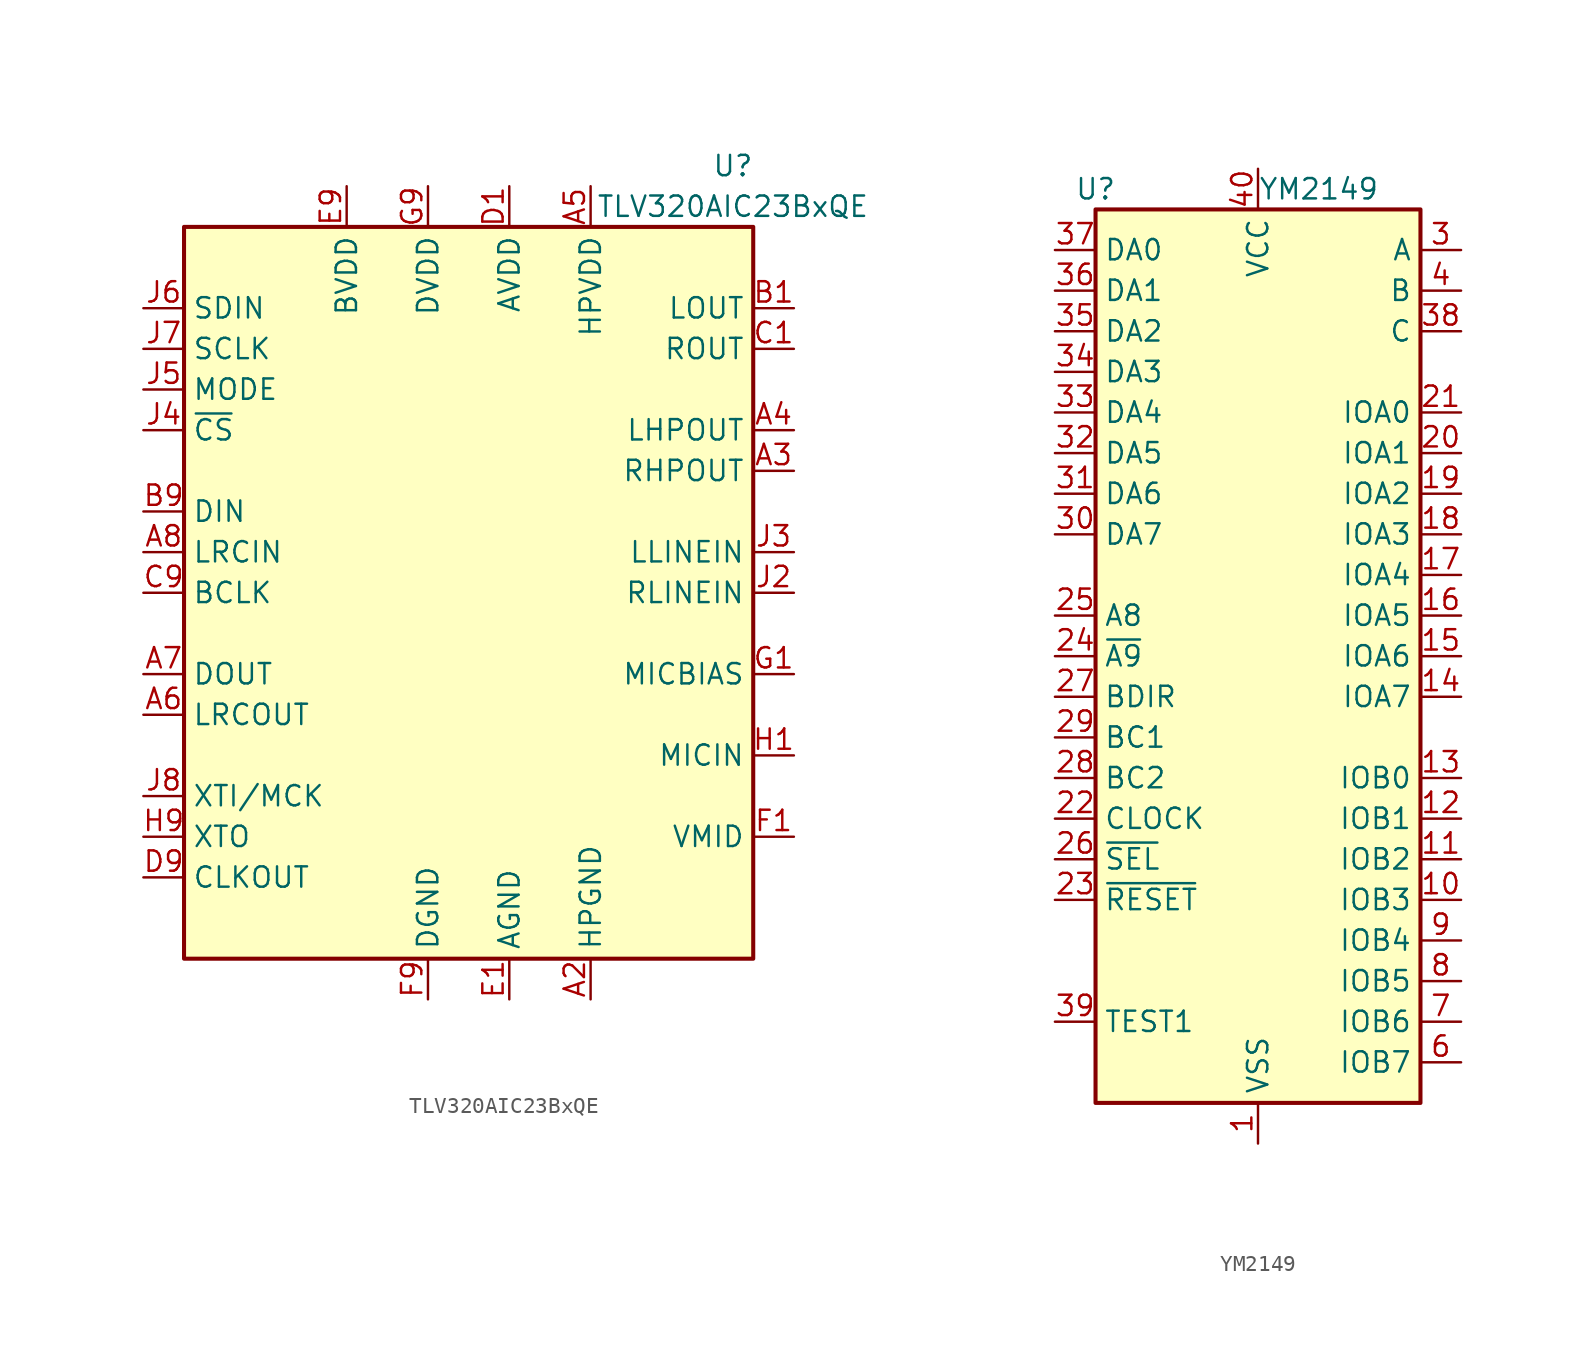
<source format=kicad_sym>
(kicad_symbol_lib
  (version 20200908)
  (generator kicad_symbol_editor)
  (symbol "Audio:TLV320AIC23BxQE"
    (property "Reference" "U"
      (at 16.51 26.67 0)
      (effects (font (size 1.27 1.27))))
    (property "Value" "TLV320AIC23BxQE"
      (at 16.51 24.13 0)
      (effects (font (size 1.27 1.27))))
    (symbol "TLV320AIC23BxQE_0_1"
      (rectangle (start -17.78 22.86) (end 17.78 -22.86) (stroke (width 0.254)) (fill (type background))))
    (symbol "TLV320AIC23BxQE_1_1"
      (pin unconnected line (at -12.7 -22.86 90) (length 2.54) hide (name "NC" (effects (font (size 1.27 1.27)))) (number "A1" (effects (font (size 1.27 1.27)))))
      (pin power_in line (at 7.62 -25.4 90) (length 2.54) (name "HPGND" (effects (font (size 1.27 1.27)))) (number "A2" (effects (font (size 1.27 1.27)))))
      (pin passive line (at 20.32 7.62 180) (length 2.54) (name "RHPOUT" (effects (font (size 1.27 1.27)))) (number "A3" (effects (font (size 1.27 1.27)))))
      (pin passive line (at 20.32 10.16 180) (length 2.54) (name "LHPOUT" (effects (font (size 1.27 1.27)))) (number "A4" (effects (font (size 1.27 1.27)))))
      (pin power_in line (at 7.62 25.4 270) (length 2.54) (name "HPVDD" (effects (font (size 1.27 1.27)))) (number "A5" (effects (font (size 1.27 1.27)))))
      (pin output line (at -20.32 -7.62 0) (length 2.54) (name "LRCOUT" (effects (font (size 1.27 1.27)))) (number "A6" (effects (font (size 1.27 1.27)))))
      (pin output line (at -20.32 -5.08 0) (length 2.54) (name "DOUT" (effects (font (size 1.27 1.27)))) (number "A7" (effects (font (size 1.27 1.27)))))
      (pin input line (at -20.32 2.54 0) (length 2.54) (name "LRCIN" (effects (font (size 1.27 1.27)))) (number "A8" (effects (font (size 1.27 1.27)))))
      (pin unconnected line (at -5.08 -22.86 90) (length 2.54) hide (name "NC" (effects (font (size 1.27 1.27)))) (number "A9" (effects (font (size 1.27 1.27)))))
      (pin passive line (at 20.32 17.78 180) (length 2.54) (name "LOUT" (effects (font (size 1.27 1.27)))) (number "B1" (effects (font (size 1.27 1.27)))))
      (pin unconnected line (at -7.62 -17.78 90) (length 2.54) hide (name "NC" (effects (font (size 1.27 1.27)))) (number "B2" (effects (font (size 1.27 1.27)))))
      (pin unconnected line (at -5.08 -17.78 90) (length 2.54) hide (name "NC" (effects (font (size 1.27 1.27)))) (number "B3" (effects (font (size 1.27 1.27)))))
      (pin unconnected line (at -2.54 -17.78 90) (length 2.54) hide (name "NC" (effects (font (size 1.27 1.27)))) (number "B4" (effects (font (size 1.27 1.27)))))
      (pin unconnected line (at 0 -17.78 90) (length 2.54) hide (name "NC" (effects (font (size 1.27 1.27)))) (number "B5" (effects (font (size 1.27 1.27)))))
      (pin unconnected line (at 2.54 -17.78 90) (length 2.54) hide (name "NC" (effects (font (size 1.27 1.27)))) (number "B6" (effects (font (size 1.27 1.27)))))
      (pin unconnected line (at 5.08 -17.78 90) (length 2.54) hide (name "NC" (effects (font (size 1.27 1.27)))) (number "B7" (effects (font (size 1.27 1.27)))))
      (pin unconnected line (at 7.62 -17.78 90) (length 2.54) hide (name "NC" (effects (font (size 1.27 1.27)))) (number "B8" (effects (font (size 1.27 1.27)))))
      (pin input line (at -20.32 5.08 0) (length 2.54) (name "DIN" (effects (font (size 1.27 1.27)))) (number "B9" (effects (font (size 1.27 1.27)))))
      (pin passive line (at 20.32 15.24 180) (length 2.54) (name "ROUT" (effects (font (size 1.27 1.27)))) (number "C1" (effects (font (size 1.27 1.27)))))
      (pin unconnected line (at -7.62 -12.7 90) (length 2.54) hide (name "NC" (effects (font (size 1.27 1.27)))) (number "C2" (effects (font (size 1.27 1.27)))))
      (pin unconnected line (at -2.54 -12.7 90) (length 2.54) hide (name "NC" (effects (font (size 1.27 1.27)))) (number "C4" (effects (font (size 1.27 1.27)))))
      (pin unconnected line (at 0 -12.7 90) (length 2.54) hide (name "NC" (effects (font (size 1.27 1.27)))) (number "C5" (effects (font (size 1.27 1.27)))))
      (pin unconnected line (at 2.54 -12.7 90) (length 2.54) hide (name "NC" (effects (font (size 1.27 1.27)))) (number "C6" (effects (font (size 1.27 1.27)))))
      (pin unconnected line (at 5.08 -12.7 90) (length 2.54) hide (name "NC" (effects (font (size 1.27 1.27)))) (number "C7" (effects (font (size 1.27 1.27)))))
      (pin unconnected line (at 7.62 -12.7 90) (length 2.54) hide (name "NC" (effects (font (size 1.27 1.27)))) (number "C8" (effects (font (size 1.27 1.27)))))
      (pin bidirectional line (at -20.32 0 0) (length 2.54) (name "BCLK" (effects (font (size 1.27 1.27)))) (number "C9" (effects (font (size 1.27 1.27)))))
      (pin power_in line (at 2.54 25.4 270) (length 2.54) (name "AVDD" (effects (font (size 1.27 1.27)))) (number "D1" (effects (font (size 1.27 1.27)))))
      (pin unconnected line (at -7.62 -7.62 90) (length 2.54) hide (name "NC" (effects (font (size 1.27 1.27)))) (number "D2" (effects (font (size 1.27 1.27)))))
      (pin unconnected line (at -5.08 -7.62 90) (length 2.54) hide (name "NC" (effects (font (size 1.27 1.27)))) (number "D3" (effects (font (size 1.27 1.27)))))
      (pin unconnected line (at -2.54 -7.62 90) (length 2.54) hide (name "NC" (effects (font (size 1.27 1.27)))) (number "D4" (effects (font (size 1.27 1.27)))))
      (pin unconnected line (at 0 -7.62 90) (length 2.54) hide (name "NC" (effects (font (size 1.27 1.27)))) (number "D5" (effects (font (size 1.27 1.27)))))
      (pin unconnected line (at 2.54 -7.62 90) (length 2.54) hide (name "NC" (effects (font (size 1.27 1.27)))) (number "D6" (effects (font (size 1.27 1.27)))))
      (pin unconnected line (at 5.08 -7.62 90) (length 2.54) hide (name "NC" (effects (font (size 1.27 1.27)))) (number "D7" (effects (font (size 1.27 1.27)))))
      (pin unconnected line (at 7.62 -7.62 90) (length 2.54) hide (name "NC" (effects (font (size 1.27 1.27)))) (number "D8" (effects (font (size 1.27 1.27)))))
      (pin output line (at -20.32 -17.78 0) (length 2.54) (name "CLKOUT" (effects (font (size 1.27 1.27)))) (number "D9" (effects (font (size 1.27 1.27)))))
      (pin power_in line (at 2.54 -25.4 90) (length 2.54) (name "AGND" (effects (font (size 1.27 1.27)))) (number "E1" (effects (font (size 1.27 1.27)))))
      (pin unconnected line (at -7.62 -2.54 90) (length 2.54) hide (name "NC" (effects (font (size 1.27 1.27)))) (number "E2" (effects (font (size 1.27 1.27)))))
      (pin unconnected line (at -5.08 -2.54 90) (length 2.54) hide (name "NC" (effects (font (size 1.27 1.27)))) (number "E3" (effects (font (size 1.27 1.27)))))
      (pin unconnected line (at -2.54 -2.54 90) (length 2.54) hide (name "NC" (effects (font (size 1.27 1.27)))) (number "E4" (effects (font (size 1.27 1.27)))))
      (pin unconnected line (at 0 -2.54 90) (length 2.54) hide (name "NC" (effects (font (size 1.27 1.27)))) (number "E5" (effects (font (size 1.27 1.27)))))
      (pin unconnected line (at 2.54 -2.54 90) (length 2.54) hide (name "NC" (effects (font (size 1.27 1.27)))) (number "E6" (effects (font (size 1.27 1.27)))))
      (pin unconnected line (at 5.08 -2.54 90) (length 2.54) hide (name "NC" (effects (font (size 1.27 1.27)))) (number "E7" (effects (font (size 1.27 1.27)))))
      (pin unconnected line (at 7.62 -2.54 90) (length 2.54) hide (name "NC" (effects (font (size 1.27 1.27)))) (number "E8" (effects (font (size 1.27 1.27)))))
      (pin power_in line (at -7.62 25.4 270) (length 2.54) (name "BVDD" (effects (font (size 1.27 1.27)))) (number "E9" (effects (font (size 1.27 1.27)))))
      (pin passive line (at 20.32 -15.24 180) (length 2.54) (name "VMID" (effects (font (size 1.27 1.27)))) (number "F1" (effects (font (size 1.27 1.27)))))
      (pin unconnected line (at -7.62 2.54 90) (length 2.54) hide (name "NC" (effects (font (size 1.27 1.27)))) (number "F2" (effects (font (size 1.27 1.27)))))
      (pin unconnected line (at -5.08 2.54 90) (length 2.54) hide (name "NC" (effects (font (size 1.27 1.27)))) (number "F3" (effects (font (size 1.27 1.27)))))
      (pin unconnected line (at -2.54 2.54 90) (length 2.54) hide (name "NC" (effects (font (size 1.27 1.27)))) (number "F4" (effects (font (size 1.27 1.27)))))
      (pin unconnected line (at 0 2.54 90) (length 2.54) hide (name "NC" (effects (font (size 1.27 1.27)))) (number "F5" (effects (font (size 1.27 1.27)))))
      (pin unconnected line (at 2.54 2.54 90) (length 2.54) hide (name "NC" (effects (font (size 1.27 1.27)))) (number "F6" (effects (font (size 1.27 1.27)))))
      (pin unconnected line (at 5.08 2.54 90) (length 2.54) hide (name "NC" (effects (font (size 1.27 1.27)))) (number "F7" (effects (font (size 1.27 1.27)))))
      (pin unconnected line (at 7.62 2.54 90) (length 2.54) hide (name "NC" (effects (font (size 1.27 1.27)))) (number "F8" (effects (font (size 1.27 1.27)))))
      (pin power_in line (at -2.54 -25.4 90) (length 2.54) (name "DGND" (effects (font (size 1.27 1.27)))) (number "F9" (effects (font (size 1.27 1.27)))))
      (pin passive line (at 20.32 -5.08 180) (length 2.54) (name "MICBIAS" (effects (font (size 1.27 1.27)))) (number "G1" (effects (font (size 1.27 1.27)))))
      (pin unconnected line (at -7.62 7.62 90) (length 2.54) hide (name "NC" (effects (font (size 1.27 1.27)))) (number "G2" (effects (font (size 1.27 1.27)))))
      (pin unconnected line (at -5.08 7.62 90) (length 2.54) hide (name "NC" (effects (font (size 1.27 1.27)))) (number "G3" (effects (font (size 1.27 1.27)))))
      (pin unconnected line (at -2.54 7.62 90) (length 2.54) hide (name "NC" (effects (font (size 1.27 1.27)))) (number "G4" (effects (font (size 1.27 1.27)))))
      (pin unconnected line (at 0 7.62 90) (length 2.54) hide (name "NC" (effects (font (size 1.27 1.27)))) (number "G5" (effects (font (size 1.27 1.27)))))
      (pin unconnected line (at 2.54 7.62 90) (length 2.54) hide (name "NC" (effects (font (size 1.27 1.27)))) (number "G6" (effects (font (size 1.27 1.27)))))
      (pin unconnected line (at 5.08 7.62 90) (length 2.54) hide (name "NC" (effects (font (size 1.27 1.27)))) (number "G7" (effects (font (size 1.27 1.27)))))
      (pin unconnected line (at 7.62 7.62 90) (length 2.54) hide (name "NC" (effects (font (size 1.27 1.27)))) (number "G8" (effects (font (size 1.27 1.27)))))
      (pin power_in line (at -2.54 25.4 270) (length 2.54) (name "DVDD" (effects (font (size 1.27 1.27)))) (number "G9" (effects (font (size 1.27 1.27)))))
      (pin passive line (at 20.32 -10.16 180) (length 2.54) (name "MICIN" (effects (font (size 1.27 1.27)))) (number "H1" (effects (font (size 1.27 1.27)))))
      (pin unconnected line (at -7.62 12.7 90) (length 2.54) hide (name "NC" (effects (font (size 1.27 1.27)))) (number "H2" (effects (font (size 1.27 1.27)))))
      (pin unconnected line (at -5.08 12.7 90) (length 2.54) hide (name "NC" (effects (font (size 1.27 1.27)))) (number "H3" (effects (font (size 1.27 1.27)))))
      (pin unconnected line (at -2.54 12.7 90) (length 2.54) hide (name "NC" (effects (font (size 1.27 1.27)))) (number "H4" (effects (font (size 1.27 1.27)))))
      (pin unconnected line (at 0 12.7 90) (length 2.54) hide (name "NC" (effects (font (size 1.27 1.27)))) (number "H5" (effects (font (size 1.27 1.27)))))
      (pin unconnected line (at 2.54 12.7 90) (length 2.54) hide (name "NC" (effects (font (size 1.27 1.27)))) (number "H6" (effects (font (size 1.27 1.27)))))
      (pin unconnected line (at 5.08 12.7 90) (length 2.54) hide (name "NC" (effects (font (size 1.27 1.27)))) (number "H7" (effects (font (size 1.27 1.27)))))
      (pin unconnected line (at 7.62 12.7 90) (length 2.54) hide (name "NC" (effects (font (size 1.27 1.27)))) (number "H8" (effects (font (size 1.27 1.27)))))
      (pin passive line (at -20.32 -15.24 0) (length 2.54) (name "XTO" (effects (font (size 1.27 1.27)))) (number "H9" (effects (font (size 1.27 1.27)))))
      (pin unconnected line (at -10.16 -22.86 90) (length 2.54) hide (name "NC" (effects (font (size 1.27 1.27)))) (number "J1" (effects (font (size 1.27 1.27)))))
      (pin passive line (at 20.32 0 180) (length 2.54) (name "RLINEIN" (effects (font (size 1.27 1.27)))) (number "J2" (effects (font (size 1.27 1.27)))))
      (pin passive line (at 20.32 2.54 180) (length 2.54) (name "LLINEIN" (effects (font (size 1.27 1.27)))) (number "J3" (effects (font (size 1.27 1.27)))))
      (pin input line (at -20.32 10.16 0) (length 2.54) (name "~CS~" (effects (font (size 1.27 1.27)))) (number "J4" (effects (font (size 1.27 1.27)))))
      (pin input line (at -20.32 12.7 0) (length 2.54) (name "MODE" (effects (font (size 1.27 1.27)))) (number "J5" (effects (font (size 1.27 1.27)))))
      (pin input line (at -20.32 17.78 0) (length 2.54) (name "SDIN" (effects (font (size 1.27 1.27)))) (number "J6" (effects (font (size 1.27 1.27)))))
      (pin input line (at -20.32 15.24 0) (length 2.54) (name "SCLK" (effects (font (size 1.27 1.27)))) (number "J7" (effects (font (size 1.27 1.27)))))
      (pin passive line (at -20.32 -12.7 0) (length 2.54) (name "XTI/MCK" (effects (font (size 1.27 1.27)))) (number "J8" (effects (font (size 1.27 1.27)))))
      (pin unconnected line (at -7.62 -22.86 90) (length 2.54) hide (name "NC" (effects (font (size 1.27 1.27)))) (number "J9" (effects (font (size 1.27 1.27)))))))
  (symbol "Audio:YM2149"
    (property "Reference" "U"
      (at -10.16 29.21 0)
      (effects (font (size 1.27 1.27))))
    (property "Value" "YM2149"
      (at 3.81 29.21 0)
      (effects (font (size 1.27 1.27))))
    (symbol "YM2149_0_1"
      (rectangle (start -10.16 27.94) (end 10.16 -27.94) (stroke (width 0.254)) (fill (type background))))
    (symbol "YM2149_1_1"
      (pin power_in line (at 0 -30.48 90) (length 2.54) (name "VSS" (effects (font (size 1.27 1.27)))) (number "1" (effects (font (size 1.27 1.27)))))
      (pin bidirectional line (at 12.7 -15.24 180) (length 2.54) (name "IOB3" (effects (font (size 1.27 1.27)))) (number "10" (effects (font (size 1.27 1.27)))))
      (pin bidirectional line (at 12.7 -12.7 180) (length 2.54) (name "IOB2" (effects (font (size 1.27 1.27)))) (number "11" (effects (font (size 1.27 1.27)))))
      (pin bidirectional line (at 12.7 -10.16 180) (length 2.54) (name "IOB1" (effects (font (size 1.27 1.27)))) (number "12" (effects (font (size 1.27 1.27)))))
      (pin bidirectional line (at 12.7 -7.62 180) (length 2.54) (name "IOB0" (effects (font (size 1.27 1.27)))) (number "13" (effects (font (size 1.27 1.27)))))
      (pin bidirectional line (at 12.7 -2.54 180) (length 2.54) (name "IOA7" (effects (font (size 1.27 1.27)))) (number "14" (effects (font (size 1.27 1.27)))))
      (pin bidirectional line (at 12.7 0 180) (length 2.54) (name "IOA6" (effects (font (size 1.27 1.27)))) (number "15" (effects (font (size 1.27 1.27)))))
      (pin bidirectional line (at 12.7 2.54 180) (length 2.54) (name "IOA5" (effects (font (size 1.27 1.27)))) (number "16" (effects (font (size 1.27 1.27)))))
      (pin bidirectional line (at 12.7 5.08 180) (length 2.54) (name "IOA4" (effects (font (size 1.27 1.27)))) (number "17" (effects (font (size 1.27 1.27)))))
      (pin bidirectional line (at 12.7 7.62 180) (length 2.54) (name "IOA3" (effects (font (size 1.27 1.27)))) (number "18" (effects (font (size 1.27 1.27)))))
      (pin bidirectional line (at 12.7 10.16 180) (length 2.54) (name "IOA2" (effects (font (size 1.27 1.27)))) (number "19" (effects (font (size 1.27 1.27)))))
      (pin unconnected line (at -10.16 -17.78 0) (length 2.54) hide (name "NC" (effects (font (size 1.27 1.27)))) (number "2" (effects (font (size 1.27 1.27)))))
      (pin bidirectional line (at 12.7 12.7 180) (length 2.54) (name "IOA1" (effects (font (size 1.27 1.27)))) (number "20" (effects (font (size 1.27 1.27)))))
      (pin bidirectional line (at 12.7 15.24 180) (length 2.54) (name "IOA0" (effects (font (size 1.27 1.27)))) (number "21" (effects (font (size 1.27 1.27)))))
      (pin input line (at -12.7 -10.16 0) (length 2.54) (name "CLOCK" (effects (font (size 1.27 1.27)))) (number "22" (effects (font (size 1.27 1.27)))))
      (pin input line (at -12.7 -15.24 0) (length 2.54) (name "~RESET" (effects (font (size 1.27 1.27)))) (number "23" (effects (font (size 1.27 1.27)))))
      (pin input line (at -12.7 0 0) (length 2.54) (name "~A9" (effects (font (size 1.27 1.27)))) (number "24" (effects (font (size 1.27 1.27)))))
      (pin input line (at -12.7 2.54 0) (length 2.54) (name "A8" (effects (font (size 1.27 1.27)))) (number "25" (effects (font (size 1.27 1.27)))))
      (pin input line (at -12.7 -12.7 0) (length 2.54) (name "~SEL" (effects (font (size 1.27 1.27)))) (number "26" (effects (font (size 1.27 1.27)))))
      (pin input line (at -12.7 -2.54 0) (length 2.54) (name "BDIR" (effects (font (size 1.27 1.27)))) (number "27" (effects (font (size 1.27 1.27)))))
      (pin input line (at -12.7 -7.62 0) (length 2.54) (name "BC2" (effects (font (size 1.27 1.27)))) (number "28" (effects (font (size 1.27 1.27)))))
      (pin input line (at -12.7 -5.08 0) (length 2.54) (name "BC1" (effects (font (size 1.27 1.27)))) (number "29" (effects (font (size 1.27 1.27)))))
      (pin output line (at 12.7 25.4 180) (length 2.54) (name "A" (effects (font (size 1.27 1.27)))) (number "3" (effects (font (size 1.27 1.27)))))
      (pin bidirectional line (at -12.7 7.62 0) (length 2.54) (name "DA7" (effects (font (size 1.27 1.27)))) (number "30" (effects (font (size 1.27 1.27)))))
      (pin bidirectional line (at -12.7 10.16 0) (length 2.54) (name "DA6" (effects (font (size 1.27 1.27)))) (number "31" (effects (font (size 1.27 1.27)))))
      (pin bidirectional line (at -12.7 12.7 0) (length 2.54) (name "DA5" (effects (font (size 1.27 1.27)))) (number "32" (effects (font (size 1.27 1.27)))))
      (pin bidirectional line (at -12.7 15.24 0) (length 2.54) (name "DA4" (effects (font (size 1.27 1.27)))) (number "33" (effects (font (size 1.27 1.27)))))
      (pin bidirectional line (at -12.7 17.78 0) (length 2.54) (name "DA3" (effects (font (size 1.27 1.27)))) (number "34" (effects (font (size 1.27 1.27)))))
      (pin bidirectional line (at -12.7 20.32 0) (length 2.54) (name "DA2" (effects (font (size 1.27 1.27)))) (number "35" (effects (font (size 1.27 1.27)))))
      (pin bidirectional line (at -12.7 22.86 0) (length 2.54) (name "DA1" (effects (font (size 1.27 1.27)))) (number "36" (effects (font (size 1.27 1.27)))))
      (pin bidirectional line (at -12.7 25.4 0) (length 2.54) (name "DA0" (effects (font (size 1.27 1.27)))) (number "37" (effects (font (size 1.27 1.27)))))
      (pin output line (at 12.7 20.32 180) (length 2.54) (name "C" (effects (font (size 1.27 1.27)))) (number "38" (effects (font (size 1.27 1.27)))))
      (pin passive line (at -12.7 -22.86 0) (length 2.54) (name "TEST1" (effects (font (size 1.27 1.27)))) (number "39" (effects (font (size 1.27 1.27)))))
      (pin output line (at 12.7 22.86 180) (length 2.54) (name "B" (effects (font (size 1.27 1.27)))) (number "4" (effects (font (size 1.27 1.27)))))
      (pin power_in line (at 0 30.48 270) (length 2.54) (name "VCC" (effects (font (size 1.27 1.27)))) (number "40" (effects (font (size 1.27 1.27)))))
      (pin unconnected line (at -10.16 -20.32 0) (length 2.54) hide (name "NC" (effects (font (size 1.27 1.27)))) (number "5" (effects (font (size 1.27 1.27)))))
      (pin bidirectional line (at 12.7 -25.4 180) (length 2.54) (name "IOB7" (effects (font (size 1.27 1.27)))) (number "6" (effects (font (size 1.27 1.27)))))
      (pin bidirectional line (at 12.7 -22.86 180) (length 2.54) (name "IOB6" (effects (font (size 1.27 1.27)))) (number "7" (effects (font (size 1.27 1.27)))))
      (pin bidirectional line (at 12.7 -20.32 180) (length 2.54) (name "IOB5" (effects (font (size 1.27 1.27)))) (number "8" (effects (font (size 1.27 1.27)))))
      (pin bidirectional line (at 12.7 -17.78 180) (length 2.54) (name "IOB4" (effects (font (size 1.27 1.27)))) (number "9" (effects (font (size 1.27 1.27))))))))
</source>
